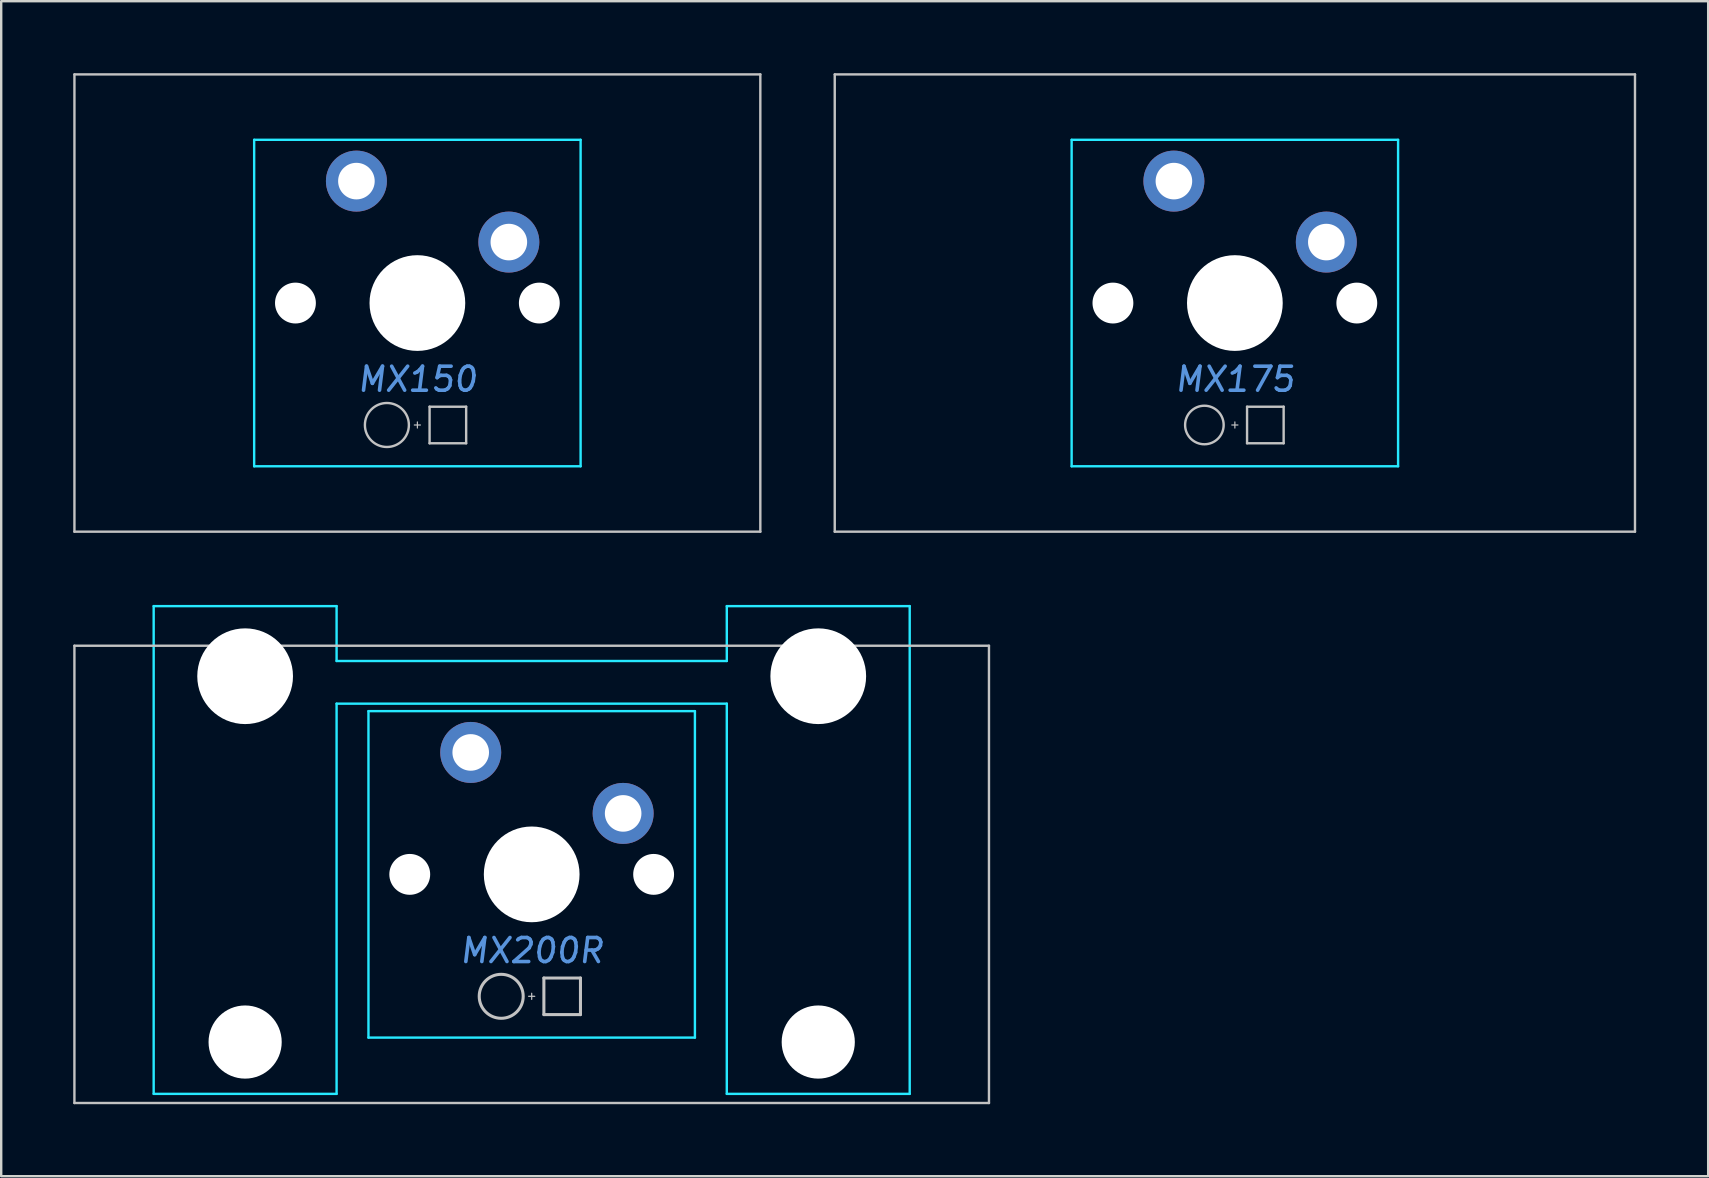
<source format=kicad_pcb>
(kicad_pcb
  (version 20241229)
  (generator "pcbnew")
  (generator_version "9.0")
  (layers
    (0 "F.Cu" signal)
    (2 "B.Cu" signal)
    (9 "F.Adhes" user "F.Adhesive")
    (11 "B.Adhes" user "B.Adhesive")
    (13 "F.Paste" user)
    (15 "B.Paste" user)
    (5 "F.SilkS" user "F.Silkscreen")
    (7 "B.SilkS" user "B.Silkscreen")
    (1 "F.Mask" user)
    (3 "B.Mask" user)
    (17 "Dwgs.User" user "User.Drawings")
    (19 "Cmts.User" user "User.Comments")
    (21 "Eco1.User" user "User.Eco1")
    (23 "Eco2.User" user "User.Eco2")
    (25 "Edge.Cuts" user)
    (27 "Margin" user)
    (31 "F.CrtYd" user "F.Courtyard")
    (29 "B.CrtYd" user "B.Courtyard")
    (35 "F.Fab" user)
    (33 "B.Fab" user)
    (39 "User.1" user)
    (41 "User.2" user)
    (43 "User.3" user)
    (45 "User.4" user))
  (footprint "MX200R"
    (layer "F.Cu")
    (at 19.1 33.376)
    (property "Reference" "MX200R" (at 0 3.175 0) (layer "Cmts.User") (effects (font (size 1 1) (thickness 0.15) (italic yes))))
    (attr through_hole)
    (fp_line (start -19.05 -9.525) (end -19.05 9.525) (stroke (width 0.1) (type solid)) (layer "Dwgs.User"))
    (fp_line (start -19.05 -9.525) (end 19.05 -9.525) (stroke (width 0.1) (type solid)) (layer "Dwgs.User"))
    (fp_line (start -19.05 9.525) (end 19.05 9.525) (stroke (width 0.1) (type solid)) (layer "Dwgs.User"))
    (fp_line (start -0.127 5.08) (end 0.127 5.08) (stroke (width 0.051) (type solid)) (layer "Dwgs.User"))
    (fp_line (start 0 4.953) (end 0 5.207) (stroke (width 0.051) (type solid)) (layer "Dwgs.User"))
    (fp_line (start 0.508 4.318) (end 0.508 5.842) (stroke (width 0.127) (type solid)) (layer "Dwgs.User"))
    (fp_line (start 0.508 4.318) (end 2.032 4.318) (stroke (width 0.127) (type solid)) (layer "Dwgs.User"))
    (fp_line (start 0.508 5.842) (end 2.032 5.842) (stroke (width 0.127) (type solid)) (layer "Dwgs.User"))
    (fp_line (start 2.032 5.842) (end 2.032 4.318) (stroke (width 0.127) (type solid)) (layer "Dwgs.User"))
    (fp_line (start 19.05 -9.525) (end 19.05 9.525) (stroke (width 0.1) (type solid)) (layer "Dwgs.User"))
    (fp_circle (center -1.27 5.08) (end -0.354 5.08) (stroke (width 0.127) (type solid)) (fill no) (layer "Dwgs.User"))
    (fp_line (start -15.438 -8.515) (end -15.438 5.485) (stroke (width 0.1) (type solid)) (layer "Eco1.User"))
    (fp_line (start -14.938 -9.015) (end -8.938 -9.015) (stroke (width 0.1) (type solid)) (layer "Eco1.User"))
    (fp_line (start -8.938 5.985) (end -14.938 5.985) (stroke (width 0.1) (type solid)) (layer "Eco1.User"))
    (fp_line (start -8.438 5.485) (end -8.438 -8.515) (stroke (width 0.1) (type solid)) (layer "Eco1.User"))
    (fp_line (start -7 -6.5) (end -7 6.5) (stroke (width 0.1) (type solid)) (layer "Eco1.User"))
    (fp_line (start -6.5 7) (end 6.5 7) (stroke (width 0.1) (type solid)) (layer "Eco1.User"))
    (fp_line (start 6.5 -7) (end -6.5 -7) (stroke (width 0.1) (type solid)) (layer "Eco1.User"))
    (fp_line (start 7 6.5) (end 7 -6.5) (stroke (width 0.1) (type solid)) (layer "Eco1.User"))
    (fp_line (start 8.438 -8.515) (end 8.438 5.485) (stroke (width 0.1) (type solid)) (layer "Eco1.User"))
    (fp_line (start 8.938 -9.015) (end 14.938 -9.015) (stroke (width 0.1) (type solid)) (layer "Eco1.User"))
    (fp_line (start 14.938 5.985) (end 8.938 5.985) (stroke (width 0.1) (type solid)) (layer "Eco1.User"))
    (fp_line (start 15.438 5.485) (end 15.438 -8.515) (stroke (width 0.1) (type solid)) (layer "Eco1.User"))
    (fp_arc (start -15.438 -8.515) (mid -15.291553 -8.868553) (end -14.938 -9.015) (stroke (width 0.1) (type solid)) (layer "Eco1.User"))
    (fp_arc (start -14.938 5.985) (mid -15.291553 5.838553) (end -15.438 5.485) (stroke (width 0.1) (type solid)) (layer "Eco1.User"))
    (fp_arc (start -8.938 -9.015) (mid -8.584447 -8.868553) (end -8.438 -8.515) (stroke (width 0.1) (type solid)) (layer "Eco1.User"))
    (fp_arc (start -8.438 5.485) (mid -8.584447 5.838553) (end -8.938 5.985) (stroke (width 0.1) (type solid)) (layer "Eco1.User"))
    (fp_arc (start -7 -6.5) (mid -6.853553 -6.853553) (end -6.5 -7) (stroke (width 0.1) (type solid)) (layer "Eco1.User"))
    (fp_arc (start -6.5 7) (mid -6.853553 6.853553) (end -7 6.5) (stroke (width 0.1) (type solid)) (layer "Eco1.User"))
    (fp_arc (start 6.5 -7) (mid 6.853553 -6.853553) (end 7 -6.5) (stroke (width 0.1) (type solid)) (layer "Eco1.User"))
    (fp_arc (start 7 6.5) (mid 6.853553 6.853553) (end 6.5 7) (stroke (width 0.1) (type solid)) (layer "Eco1.User"))
    (fp_arc (start 8.438 -8.515) (mid 8.584447 -8.868553) (end 8.938 -9.015) (stroke (width 0.1) (type solid)) (layer "Eco1.User"))
    (fp_arc (start 8.938 5.985) (mid 8.584447 5.838553) (end 8.438 5.485) (stroke (width 0.1) (type solid)) (layer "Eco1.User"))
    (fp_arc (start 14.938 -9.015) (mid 15.291553 -8.868553) (end 15.438 -8.515) (stroke (width 0.1) (type solid)) (layer "Eco1.User"))
    (fp_arc (start 15.438 5.485) (mid 15.291553 5.838553) (end 14.938 5.985) (stroke (width 0.1) (type solid)) (layer "Eco1.User"))
    (fp_line (start -15.748 9.144) (end -15.748 -11.176) (stroke (width 0.1) (type solid)) (layer "B.CrtYd"))
    (fp_line (start -8.128 -11.176) (end -15.748 -11.176) (stroke (width 0.1) (type solid)) (layer "B.CrtYd"))
    (fp_line (start -8.128 -8.89) (end -8.128 -11.176) (stroke (width 0.1) (type solid)) (layer "B.CrtYd"))
    (fp_line (start -8.128 -7.112) (end -8.128 9.144) (stroke (width 0.1) (type solid)) (layer "B.CrtYd"))
    (fp_line (start -8.128 9.144) (end -15.748 9.144) (stroke (width 0.1) (type solid)) (layer "B.CrtYd"))
    (fp_line (start -6.8 -6.8) (end -6.8 6.8) (stroke (width 0.1) (type solid)) (layer "B.CrtYd"))
    (fp_line (start 6.8 -6.8) (end -6.8 -6.8) (stroke (width 0.1) (type solid)) (layer "B.CrtYd"))
    (fp_line (start 6.8 -6.8) (end 6.8 6.8) (stroke (width 0.1) (type solid)) (layer "B.CrtYd"))
    (fp_line (start 6.8 6.8) (end -6.8 6.8) (stroke (width 0.1) (type solid)) (layer "B.CrtYd"))
    (fp_line (start 8.128 -8.89) (end -8.128 -8.89) (stroke (width 0.1) (type solid)) (layer "B.CrtYd"))
    (fp_line (start 8.128 -8.89) (end 8.128 -11.176) (stroke (width 0.1) (type solid)) (layer "B.CrtYd"))
    (fp_line (start 8.128 -7.112) (end -8.128 -7.112) (stroke (width 0.1) (type solid)) (layer "B.CrtYd"))
    (fp_line (start 8.128 -7.112) (end 8.128 9.144) (stroke (width 0.1) (type solid)) (layer "B.CrtYd"))
    (fp_line (start 15.748 -11.176) (end 8.128 -11.176) (stroke (width 0.1) (type solid)) (layer "B.CrtYd"))
    (fp_line (start 15.748 9.144) (end 8.128 9.144) (stroke (width 0.1) (type solid)) (layer "B.CrtYd"))
    (fp_line (start 15.748 9.144) (end 15.748 -11.176) (stroke (width 0.1) (type solid)) (layer "B.CrtYd"))
    (pad "" np_thru_hole circle (at -11.938 -8.255) (size 3.988 3.988) (drill 3.988) (layers "*.Cu" "*.Mask"))
    (pad "" np_thru_hole circle (at -11.938 6.985) (size 3.048 3.048) (drill 3.048) (layers "*.Cu" "*.Mask"))
    (pad "" np_thru_hole circle (at -5.08 0) (size 1.702 1.702) (drill 1.702) (layers "*.Cu" "*.Mask"))
    (pad "" np_thru_hole circle (at 0 0) (size 3.988 3.988) (drill 3.988) (layers "*.Cu" "*.Mask"))
    (pad "" np_thru_hole circle (at 5.08 0) (size 1.702 1.702) (drill 1.702) (layers "*.Cu" "*.Mask"))
    (pad "" np_thru_hole circle (at 11.938 -8.255) (size 3.988 3.988) (drill 3.988) (layers "*.Cu" "*.Mask"))
    (pad "" np_thru_hole circle (at 11.938 6.985) (size 3.048 3.048) (drill 3.048) (layers "*.Cu" "*.Mask"))
    (pad "1" thru_hole circle (at -2.54 -5.08) (size 2.54 2.54) (drill 1.524) (layers "*.Cu" "*.Mask"))
    (pad "2" thru_hole circle (at 3.81 -2.54) (size 2.54 2.54) (drill 1.524) (layers "*.Cu" "*.Mask")))
  (footprint "MX175"
    (layer "F.Cu")
    (at 48.394 9.575)
    (property "Reference" "MX175" (at 0 3.175 0) (layer "Cmts.User") (effects (font (size 1 1) (thickness 0.15) (italic yes))))
    (attr through_hole)
    (fp_line (start -16.669 -9.525) (end -16.669 9.525) (stroke (width 0.1) (type solid)) (layer "Dwgs.User"))
    (fp_line (start -16.669 -9.525) (end 16.669 -9.525) (stroke (width 0.1) (type solid)) (layer "Dwgs.User"))
    (fp_line (start -16.669 9.525) (end 16.669 9.525) (stroke (width 0.1) (type solid)) (layer "Dwgs.User"))
    (fp_line (start -0.127 5.08) (end 0.127 5.08) (stroke (width 0.05) (type solid)) (layer "Dwgs.User"))
    (fp_line (start 0 4.953) (end 0 5.207) (stroke (width 0.05) (type solid)) (layer "Dwgs.User"))
    (fp_line (start 0.508 4.318) (end 0.508 5.842) (stroke (width 0.1) (type solid)) (layer "Dwgs.User"))
    (fp_line (start 0.508 4.318) (end 2.032 4.318) (stroke (width 0.1) (type solid)) (layer "Dwgs.User"))
    (fp_line (start 0.508 5.842) (end 2.032 5.842) (stroke (width 0.1) (type solid)) (layer "Dwgs.User"))
    (fp_line (start 2.032 5.842) (end 2.032 4.318) (stroke (width 0.1) (type solid)) (layer "Dwgs.User"))
    (fp_line (start 16.669 -9.525) (end 16.669 9.525) (stroke (width 0.1) (type solid)) (layer "Dwgs.User"))
    (fp_circle (center -1.27 5.08) (end -0.467 5.08) (stroke (width 0.1) (type solid)) (fill no) (layer "Dwgs.User"))
    (fp_line (start -7 6.5) (end -7 -6.5) (stroke (width 0.1) (type solid)) (layer "Eco1.User"))
    (fp_line (start -6.5 -7) (end 6.5 -7) (stroke (width 0.1) (type solid)) (layer "Eco1.User"))
    (fp_line (start 6.5 7) (end -6.5 7) (stroke (width 0.1) (type solid)) (layer "Eco1.User"))
    (fp_line (start 7 -6.5) (end 7 6.5) (stroke (width 0.1) (type solid)) (layer "Eco1.User"))
    (fp_arc (start -7 -6.5) (mid -6.853553 -6.853553) (end -6.5 -7) (stroke (width 0.1) (type solid)) (layer "Eco1.User"))
    (fp_arc (start -6.5 7) (mid -6.853553 6.853553) (end -7 6.5) (stroke (width 0.1) (type solid)) (layer "Eco1.User"))
    (fp_arc (start 6.5 -7) (mid 6.853553 -6.853553) (end 7 -6.5) (stroke (width 0.1) (type solid)) (layer "Eco1.User"))
    (fp_arc (start 7 6.5) (mid 6.853553 6.853553) (end 6.5 7) (stroke (width 0.1) (type solid)) (layer "Eco1.User"))
    (fp_line (start -6.8 -6.8) (end 6.8 -6.8) (stroke (width 0.1) (type solid)) (layer "B.CrtYd"))
    (fp_line (start -6.8 6.8) (end -6.8 -6.8) (stroke (width 0.1) (type solid)) (layer "B.CrtYd"))
    (fp_line (start -6.8 6.8) (end 6.8 6.8) (stroke (width 0.1) (type solid)) (layer "B.CrtYd"))
    (fp_line (start 6.8 6.8) (end 6.8 -6.8) (stroke (width 0.1) (type solid)) (layer "B.CrtYd"))
    (pad "" np_thru_hole circle (at -5.08 0) (size 1.702 1.702) (drill 1.702) (layers "*.Cu" "*.Mask"))
    (pad "" np_thru_hole circle (at 0 0) (size 3.988 3.988) (drill 3.988) (layers "*.Cu" "*.Mask"))
    (pad "" np_thru_hole circle (at 5.08 0) (size 1.702 1.702) (drill 1.702) (layers "*.Cu" "*.Mask"))
    (pad "1" thru_hole circle (at -2.54 -5.08) (size 2.54 2.54) (drill 1.524) (layers "*.Cu" "*.Mask"))
    (pad "2" thru_hole circle (at 3.81 -2.54) (size 2.54 2.54) (drill 1.524) (layers "*.Cu" "*.Mask")))
  (footprint "MX150"
    (layer "F.Cu")
    (at 14.338 9.575)
    (property "Reference" "MX150" (at 0 3.175 0) (layer "Cmts.User") (effects (font (size 1 1) (thickness 0.15) (italic yes))))
    (attr through_hole)
    (fp_line (start -14.287 -9.525) (end -14.287 9.525) (stroke (width 0.1) (type solid)) (layer "Dwgs.User"))
    (fp_line (start -14.287 -9.525) (end 14.287 -9.525) (stroke (width 0.1) (type solid)) (layer "Dwgs.User"))
    (fp_line (start -14.287 9.525) (end 14.287 9.525) (stroke (width 0.1) (type solid)) (layer "Dwgs.User"))
    (fp_line (start 0 5.207) (end 0 4.953) (stroke (width 0.05) (type solid)) (layer "Dwgs.User"))
    (fp_line (start 0.127 5.08) (end -0.127 5.08) (stroke (width 0.05) (type solid)) (layer "Dwgs.User"))
    (fp_line (start 0.508 4.318) (end 2.032 4.318) (stroke (width 0.1) (type solid)) (layer "Dwgs.User"))
    (fp_line (start 0.508 5.842) (end 0.508 4.318) (stroke (width 0.1) (type solid)) (layer "Dwgs.User"))
    (fp_line (start 0.508 5.842) (end 2.032 5.842) (stroke (width 0.1) (type solid)) (layer "Dwgs.User"))
    (fp_line (start 2.032 5.842) (end 2.032 4.318) (stroke (width 0.1) (type solid)) (layer "Dwgs.User"))
    (fp_line (start 14.287 -9.525) (end 14.287 9.525) (stroke (width 0.1) (type solid)) (layer "Dwgs.User"))
    (fp_circle (center -1.27 5.08) (end -0.354 5.08) (stroke (width 0.1) (type solid)) (fill no) (layer "Dwgs.User"))
    (fp_line (start -7 -6.5) (end -7 6.5) (stroke (width 0.1) (type solid)) (layer "Eco1.User"))
    (fp_line (start -6.5 7) (end 6.5 7) (stroke (width 0.1) (type solid)) (layer "Eco1.User"))
    (fp_line (start 6.5 -7) (end -6.5 -7) (stroke (width 0.1) (type solid)) (layer "Eco1.User"))
    (fp_line (start 7 6.5) (end 7 -6.5) (stroke (width 0.1) (type solid)) (layer "Eco1.User"))
    (fp_arc (start -7 -6.5) (mid -6.853553 -6.853553) (end -6.5 -7) (stroke (width 0.1) (type solid)) (layer "Eco1.User"))
    (fp_arc (start -6.5 7) (mid -6.853553 6.853553) (end -7 6.5) (stroke (width 0.1) (type solid)) (layer "Eco1.User"))
    (fp_arc (start 6.5 -7) (mid 6.853553 -6.853553) (end 7 -6.5) (stroke (width 0.1) (type solid)) (layer "Eco1.User"))
    (fp_arc (start 7 6.5) (mid 6.853553 6.853553) (end 6.5 7) (stroke (width 0.1) (type solid)) (layer "Eco1.User"))
    (fp_line (start -6.8 -6.8) (end 6.8 -6.8) (stroke (width 0.1) (type solid)) (layer "B.CrtYd"))
    (fp_line (start -6.8 6.8) (end -6.8 -6.8) (stroke (width 0.1) (type solid)) (layer "B.CrtYd"))
    (fp_line (start -6.8 6.8) (end 6.8 6.8) (stroke (width 0.1) (type solid)) (layer "B.CrtYd"))
    (fp_line (start 6.8 6.8) (end 6.8 -6.8) (stroke (width 0.1) (type solid)) (layer "B.CrtYd"))
    (pad "" np_thru_hole circle (at -5.08 0) (size 1.702 1.702) (drill 1.702) (layers "*.Cu" "*.Mask"))
    (pad "" np_thru_hole circle (at 0 0) (size 3.988 3.988) (drill 3.988) (layers "*.Cu" "*.Mask"))
    (pad "" np_thru_hole circle (at 5.08 0) (size 1.702 1.702) (drill 1.702) (layers "*.Cu" "*.Mask"))
    (pad "1" thru_hole circle (at -2.54 -5.08) (size 2.54 2.54) (drill 1.524) (layers "*.Cu" "*.Mask"))
    (pad "2" thru_hole circle (at 3.81 -2.54) (size 2.54 2.54) (drill 1.524) (layers "*.Cu" "*.Mask")))
  (gr_rect
    (start -3 -3)
    (end 68.112 45.951)
    (stroke (width 0.1) (type default))
    (fill no)
    (layer "Edge.Cuts")))
</source>
